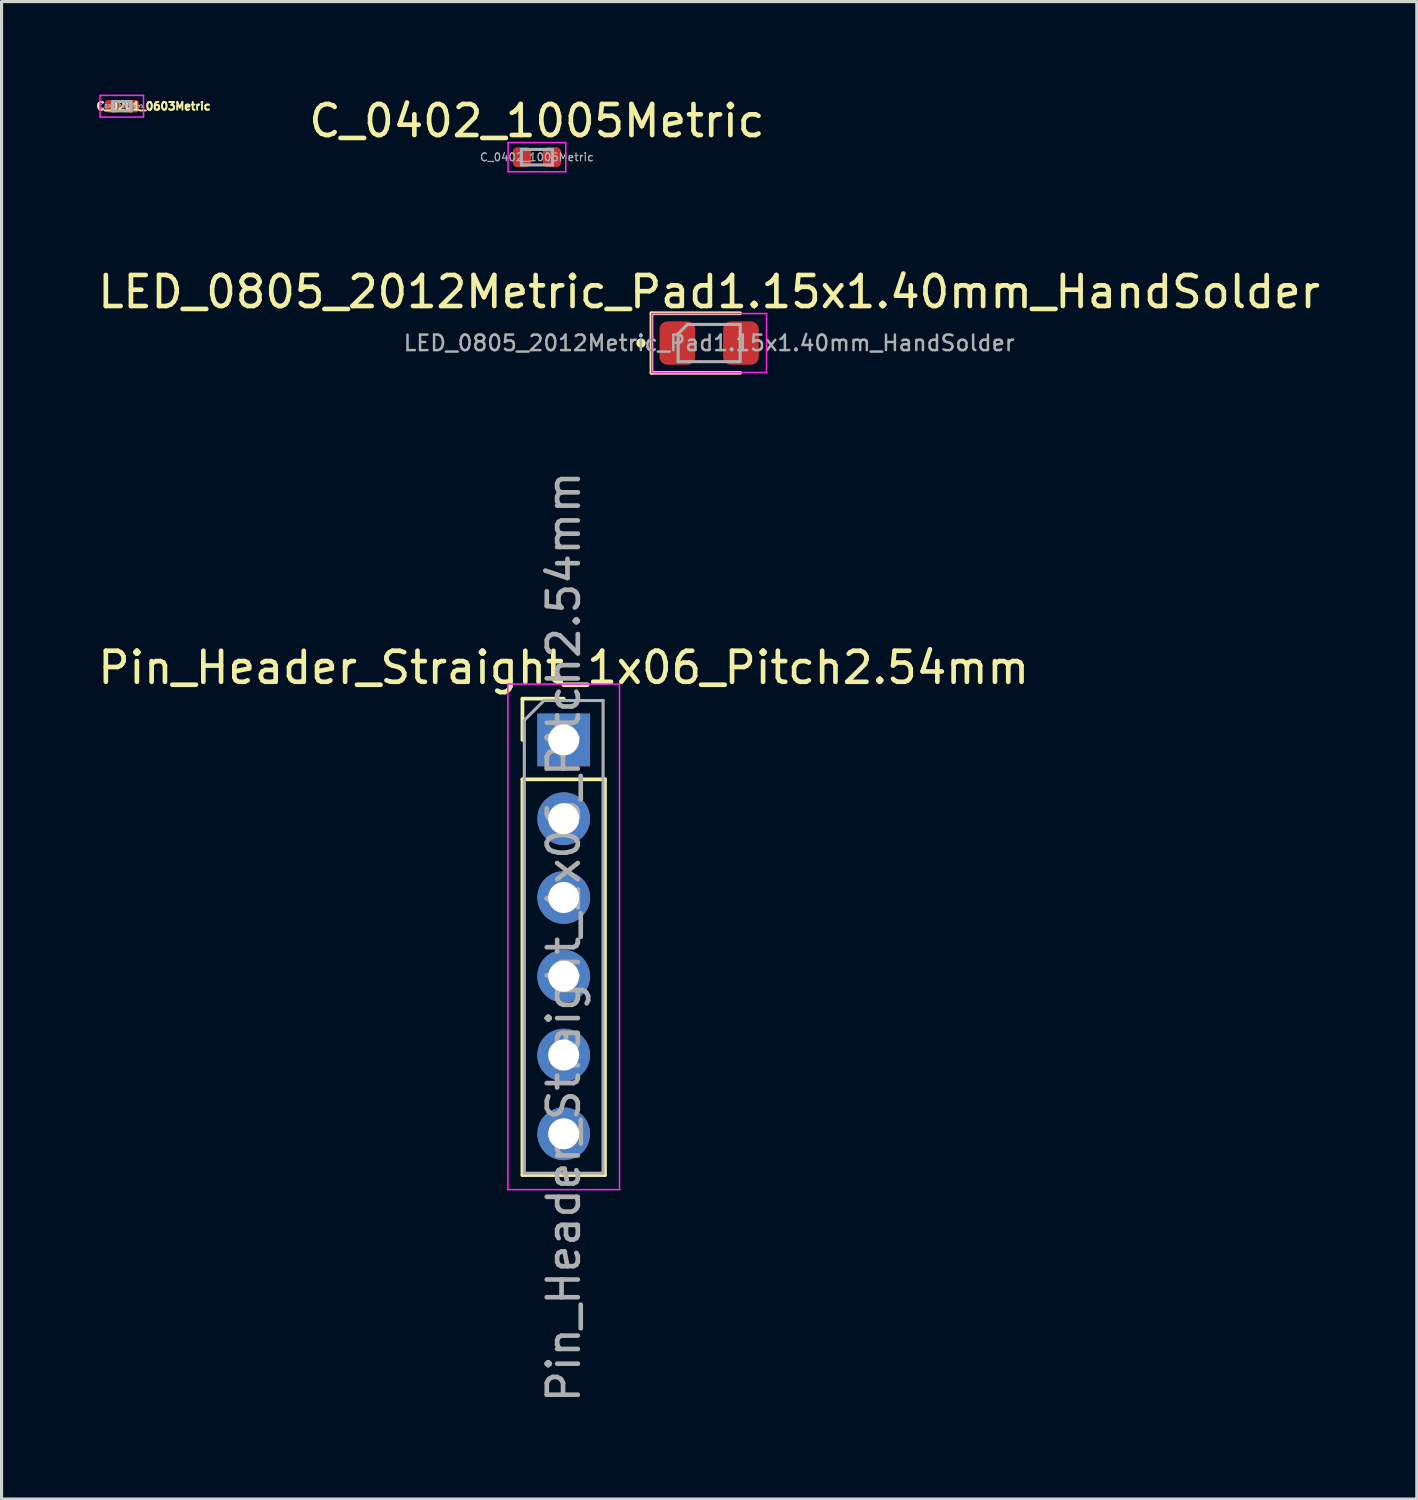
<source format=kicad_pcb>
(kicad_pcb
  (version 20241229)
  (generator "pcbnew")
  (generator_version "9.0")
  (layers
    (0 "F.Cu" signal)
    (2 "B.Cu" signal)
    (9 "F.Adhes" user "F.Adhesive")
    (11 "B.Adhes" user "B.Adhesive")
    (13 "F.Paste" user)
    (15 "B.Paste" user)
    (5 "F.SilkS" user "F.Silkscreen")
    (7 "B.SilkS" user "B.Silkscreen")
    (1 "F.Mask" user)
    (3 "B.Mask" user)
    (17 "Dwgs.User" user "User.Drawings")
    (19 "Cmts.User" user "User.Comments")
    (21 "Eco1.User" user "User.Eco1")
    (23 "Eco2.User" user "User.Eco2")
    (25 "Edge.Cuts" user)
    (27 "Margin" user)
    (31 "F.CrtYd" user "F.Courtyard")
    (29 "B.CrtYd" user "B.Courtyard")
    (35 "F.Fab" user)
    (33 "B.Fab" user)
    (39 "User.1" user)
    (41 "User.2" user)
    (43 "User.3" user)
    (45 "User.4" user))
  (footprint "C_0402_1005Metric"
    (layer "F.Cu")
    (at 14.262 2.018)
    (property "Reference" "C_0402_1005Metric" (at 0 -1.17 0) (layer "F.SilkS") (effects (font (size 1 1) (thickness 0.15))))
    (attr smd)
    (fp_line (start -0.93 -0.47) (end 0.93 -0.47) (stroke (width 0.05) (type solid)) (layer "F.CrtYd"))
    (fp_line (start -0.93 0.47) (end -0.93 -0.47) (stroke (width 0.05) (type solid)) (layer "F.CrtYd"))
    (fp_line (start 0.93 -0.47) (end 0.93 0.47) (stroke (width 0.05) (type solid)) (layer "F.CrtYd"))
    (fp_line (start 0.93 0.47) (end -0.93 0.47) (stroke (width 0.05) (type solid)) (layer "F.CrtYd"))
    (fp_line (start -0.5 -0.25) (end 0.5 -0.25) (stroke (width 0.1) (type solid)) (layer "F.Fab"))
    (fp_line (start -0.5 0.25) (end -0.5 -0.25) (stroke (width 0.1) (type solid)) (layer "F.Fab"))
    (fp_line (start 0.5 -0.25) (end 0.5 0.25) (stroke (width 0.1) (type solid)) (layer "F.Fab"))
    (fp_line (start 0.5 0.25) (end -0.5 0.25) (stroke (width 0.1) (type solid)) (layer "F.Fab"))
    (fp_text user "${REFERENCE}" (at 0 0 0) (layer "F.Fab") (effects (font (size 0.25 0.25) (thickness 0.04))))
    (pad "1" smd roundrect (at -0.485 0) (size 0.59 0.64) (layers "F.Cu" "F.Mask" "F.Paste") (roundrect_rratio 0.25))
    (pad "2" smd roundrect (at 0.485 0) (size 0.59 0.64) (layers "F.Cu" "F.Mask" "F.Paste") (roundrect_rratio 0.25)))
  (footprint "LED_0805_2012Metric_Pad1.15x1.40mm_HandSolder"
    (layer "F.Cu")
    (at 19.815 8.011)
    (property "Reference" "LED_0805_2012Metric_Pad1.15x1.40mm_HandSolder" (at 0 -1.65 0) (layer "F.SilkS") (effects (font (size 1 1) (thickness 0.15))))
    (attr smd)
    (fp_line (start -1.86 -0.96) (end -1.86 0.96) (stroke (width 0.12) (type solid)) (layer "F.SilkS"))
    (fp_line (start -1.86 0.96) (end 1 0.96) (stroke (width 0.12) (type solid)) (layer "F.SilkS"))
    (fp_line (start 1 -0.96) (end -1.86 -0.96) (stroke (width 0.12) (type solid)) (layer "F.SilkS"))
    (fp_line (start -1.85 -0.95) (end 1.85 -0.95) (stroke (width 0.05) (type solid)) (layer "F.CrtYd"))
    (fp_line (start -1.85 0.95) (end -1.85 -0.95) (stroke (width 0.05) (type solid)) (layer "F.CrtYd"))
    (fp_line (start 1.85 -0.95) (end 1.85 0.95) (stroke (width 0.05) (type solid)) (layer "F.CrtYd"))
    (fp_line (start 1.85 0.95) (end -1.85 0.95) (stroke (width 0.05) (type solid)) (layer "F.CrtYd"))
    (fp_line (start -1 -0.3) (end -1 0.6) (stroke (width 0.1) (type solid)) (layer "F.Fab"))
    (fp_line (start -1 0.6) (end 1 0.6) (stroke (width 0.1) (type solid)) (layer "F.Fab"))
    (fp_line (start -0.7 -0.6) (end -1 -0.3) (stroke (width 0.1) (type solid)) (layer "F.Fab"))
    (fp_line (start 1 -0.6) (end -0.7 -0.6) (stroke (width 0.1) (type solid)) (layer "F.Fab"))
    (fp_line (start 1 0.6) (end 1 -0.6) (stroke (width 0.1) (type solid)) (layer "F.Fab"))
    (fp_text user "${REFERENCE}" (at 0 0 0) (layer "F.Fab") (effects (font (size 0.5 0.5) (thickness 0.08))))
    (pad "" smd circle (at -2.2 0 180) (size 0.3 0.3) (layers "F.SilkS"))
    (pad "1" smd roundrect (at -1.025 0) (size 1.15 1.4) (layers "F.Cu" "F.Mask" "F.Paste") (roundrect_rratio 0.217))
    (pad "2" smd roundrect (at 1.025 0) (size 1.15 1.4) (layers "F.Cu" "F.Mask" "F.Paste") (roundrect_rratio 0.217)))
  (footprint "C_0201_0603Metric"
    (layer "F.Cu")
    (at 0.877 0.375)
    (property "Reference" "C_0201_0603Metric" (at 1.025 0 0) (layer "F.SilkS") (effects (font (size 0.25 0.25) (thickness 0.062))))
    (attr smd)
    (fp_line (start -0.7 -0.35) (end 0.7 -0.35) (stroke (width 0.05) (type solid)) (layer "F.CrtYd"))
    (fp_line (start -0.7 0.35) (end -0.7 -0.35) (stroke (width 0.05) (type solid)) (layer "F.CrtYd"))
    (fp_line (start 0.7 -0.35) (end 0.7 0.35) (stroke (width 0.05) (type solid)) (layer "F.CrtYd"))
    (fp_line (start 0.7 0.35) (end -0.7 0.35) (stroke (width 0.05) (type solid)) (layer "F.CrtYd"))
    (fp_line (start -0.3 -0.15) (end 0.3 -0.15) (stroke (width 0.1) (type solid)) (layer "F.Fab"))
    (fp_line (start -0.3 0.15) (end -0.3 -0.15) (stroke (width 0.1) (type solid)) (layer "F.Fab"))
    (fp_line (start 0.3 -0.15) (end 0.3 0.15) (stroke (width 0.1) (type solid)) (layer "F.Fab"))
    (fp_line (start 0.3 0.15) (end -0.3 0.15) (stroke (width 0.1) (type solid)) (layer "F.Fab"))
    (fp_text user "${REFERENCE}" (at 0 0 0) (layer "F.Fab") (effects (font (size 0.1 0.1) (thickness 0.025))))
    (pad "" smd roundrect (at -0.345 0) (size 0.318 0.36) (layers "F.Paste") (roundrect_rratio 0.25))
    (pad "" smd roundrect (at 0.345 0) (size 0.318 0.36) (layers "F.Paste") (roundrect_rratio 0.25))
    (pad "1" smd roundrect (at -0.32 0) (size 0.46 0.4) (layers "F.Cu" "F.Mask") (roundrect_rratio 0.25))
    (pad "2" smd roundrect (at 0.32 0) (size 0.46 0.4) (layers "F.Cu" "F.Mask") (roundrect_rratio 0.25)))
  (footprint "Pin_Header_Straight_1x06_Pitch2.54mm"
    (layer "F.Cu")
    (at 15.125 20.807)
    (property "Reference" "Pin_Header_Straight_1x06_Pitch2.54mm" (at 0 -2.33 0) (layer "F.SilkS") (effects (font (size 1 1) (thickness 0.15))))
    (attr exclude_from_pos_files exclude_from_bom)
    (fp_line (start -1.33 -1.33) (end 0 -1.33) (stroke (width 0.12) (type solid)) (layer "F.SilkS"))
    (fp_line (start -1.33 0) (end -1.33 -1.33) (stroke (width 0.12) (type solid)) (layer "F.SilkS"))
    (fp_line (start -1.33 1.27) (end -1.33 14.03) (stroke (width 0.12) (type solid)) (layer "F.SilkS"))
    (fp_line (start -1.33 1.27) (end 1.33 1.27) (stroke (width 0.12) (type solid)) (layer "F.SilkS"))
    (fp_line (start -1.33 14.03) (end 1.33 14.03) (stroke (width 0.12) (type solid)) (layer "F.SilkS"))
    (fp_line (start 1.33 1.27) (end 1.33 14.03) (stroke (width 0.12) (type solid)) (layer "F.SilkS"))
    (fp_line (start -1.8 -1.8) (end -1.8 14.5) (stroke (width 0.05) (type solid)) (layer "F.CrtYd"))
    (fp_line (start -1.8 14.5) (end 1.8 14.5) (stroke (width 0.05) (type solid)) (layer "F.CrtYd"))
    (fp_line (start 1.8 -1.8) (end -1.8 -1.8) (stroke (width 0.05) (type solid)) (layer "F.CrtYd"))
    (fp_line (start 1.8 14.5) (end 1.8 -1.8) (stroke (width 0.05) (type solid)) (layer "F.CrtYd"))
    (fp_line (start -1.27 -0.635) (end -0.635 -1.27) (stroke (width 0.1) (type solid)) (layer "F.Fab"))
    (fp_line (start -1.27 13.97) (end -1.27 -0.635) (stroke (width 0.1) (type solid)) (layer "F.Fab"))
    (fp_line (start -0.635 -1.27) (end 1.27 -1.27) (stroke (width 0.1) (type solid)) (layer "F.Fab"))
    (fp_line (start 1.27 -1.27) (end 1.27 13.97) (stroke (width 0.1) (type solid)) (layer "F.Fab"))
    (fp_line (start 1.27 13.97) (end -1.27 13.97) (stroke (width 0.1) (type solid)) (layer "F.Fab"))
    (fp_text user "${REFERENCE}" (at 0 6.35 90) (layer "F.Fab") (effects (font (size 1 1) (thickness 0.15))))
    (pad "1" thru_hole rect (at 0 0) (size 1.7 1.7) (drill 1) (layers "*.Cu" "*.Mask"))
    (pad "2" thru_hole oval (at 0 2.54) (size 1.7 1.7) (drill 1) (layers "*.Cu" "*.Mask"))
    (pad "3" thru_hole oval (at 0 5.08) (size 1.7 1.7) (drill 1) (layers "*.Cu" "*.Mask"))
    (pad "4" thru_hole oval (at 0 7.62) (size 1.7 1.7) (drill 1) (layers "*.Cu" "*.Mask"))
    (pad "5" thru_hole oval (at 0 10.16) (size 1.7 1.7) (drill 1) (layers "*.Cu" "*.Mask"))
    (pad "6" thru_hole oval (at 0 12.7) (size 1.7 1.7) (drill 1) (layers "*.Cu" "*.Mask")))
  (gr_rect
    (start -3 -3)
    (end 42.631 45.282)
    (stroke (width 0.1) (type default))
    (fill no)
    (layer "Edge.Cuts")))
</source>
